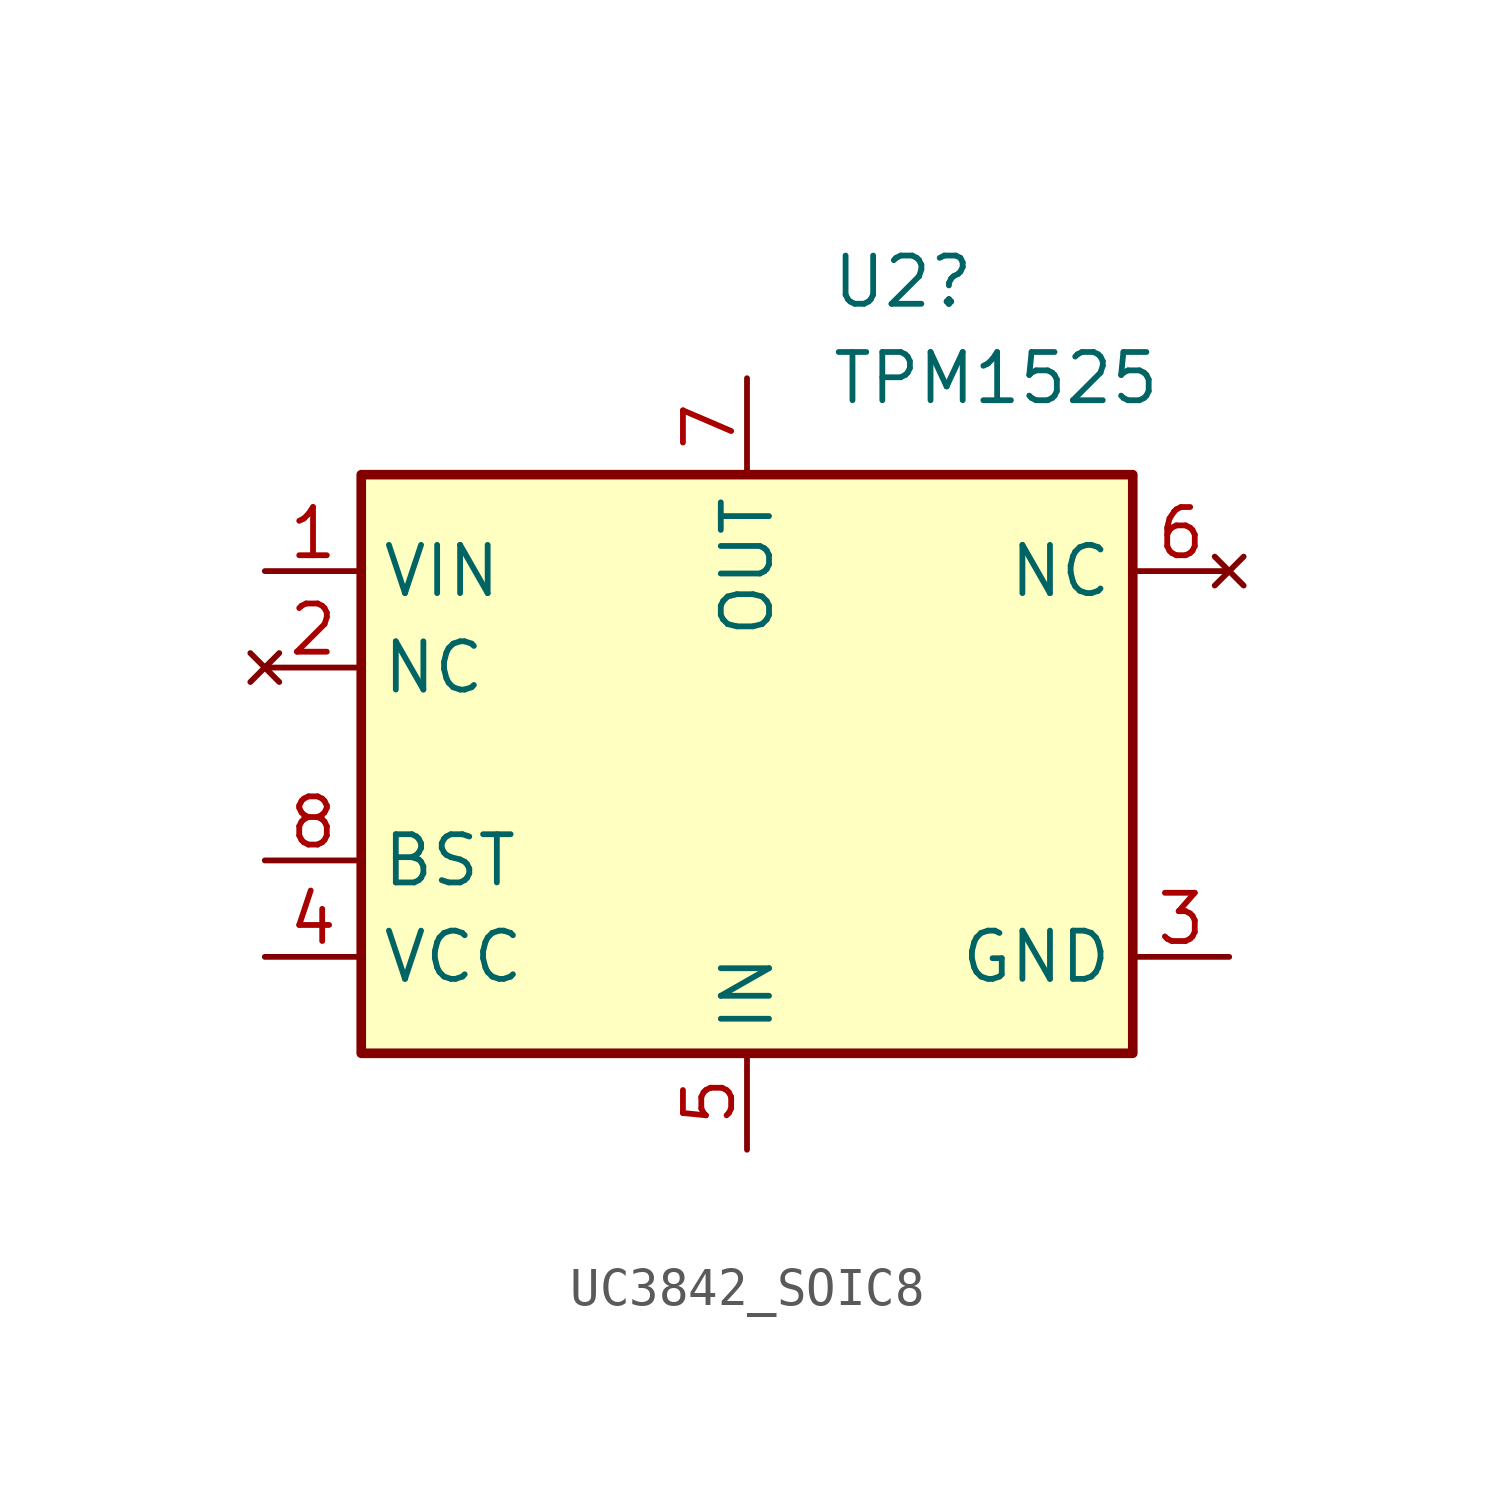
<source format=kicad_sym>
(kicad_symbol_lib
  (version 20231120)
  (generator "kicad_symbol_editor")
  (generator_version "8.0")
  (symbol "UC3842_SOIC8"
    (property "Reference" "U2"
      (at 2.194 12.7 0)
      (effects (font (size 1.27 1.27)) (justify left)))
    (property "Value" "TPM1525"
      (at 2.194 10.16 0)
      (effects (font (size 1.27 1.27)) (justify left)))
    (symbol "UC3842_SOIC8_0_1"
      (rectangle (start -10.16 7.62) (end 10.16 -7.62) (stroke (width 0.254) (type default)) (fill (type background))))
    (symbol "UC3842_SOIC8_1_1"
      (pin input line (at -12.7 5.08 0) (length 2.54) (name "VIN" (effects (font (size 1.27 1.27)))) (number "1" (effects (font (size 1.27 1.27)))))
      (pin no_connect line (at -12.7 2.54 0) (length 2.54) (name "NC" (effects (font (size 1.27 1.27)))) (number "2" (effects (font (size 1.27 1.27)))))
      (pin bidirectional line (at 12.7 -5.08 180) (length 2.54) (name "GND" (effects (font (size 1.27 1.27)))) (number "3" (effects (font (size 1.27 1.27)))))
      (pin input line (at -12.7 -5.08 0) (length 2.54) (name "VCC" (effects (font (size 1.27 1.27)))) (number "4" (effects (font (size 1.27 1.27)))))
      (pin input line (at 0 -10.16 90) (length 2.54) (name "IN" (effects (font (size 1.27 1.27)))) (number "5" (effects (font (size 1.27 1.27)))))
      (pin no_connect line (at 12.7 5.08 180) (length 2.54) (name "NC" (effects (font (size 1.27 1.27)))) (number "6" (effects (font (size 1.27 1.27)))))
      (pin output line (at 0 10.16 270) (length 2.54) (name "OUT" (effects (font (size 1.27 1.27)))) (number "7" (effects (font (size 1.27 1.27)))))
      (pin input line (at -12.7 -2.54 0) (length 2.54) (name "BST" (effects (font (size 1.27 1.27)))) (number "8" (effects (font (size 1.27 1.27))))))))
</source>
